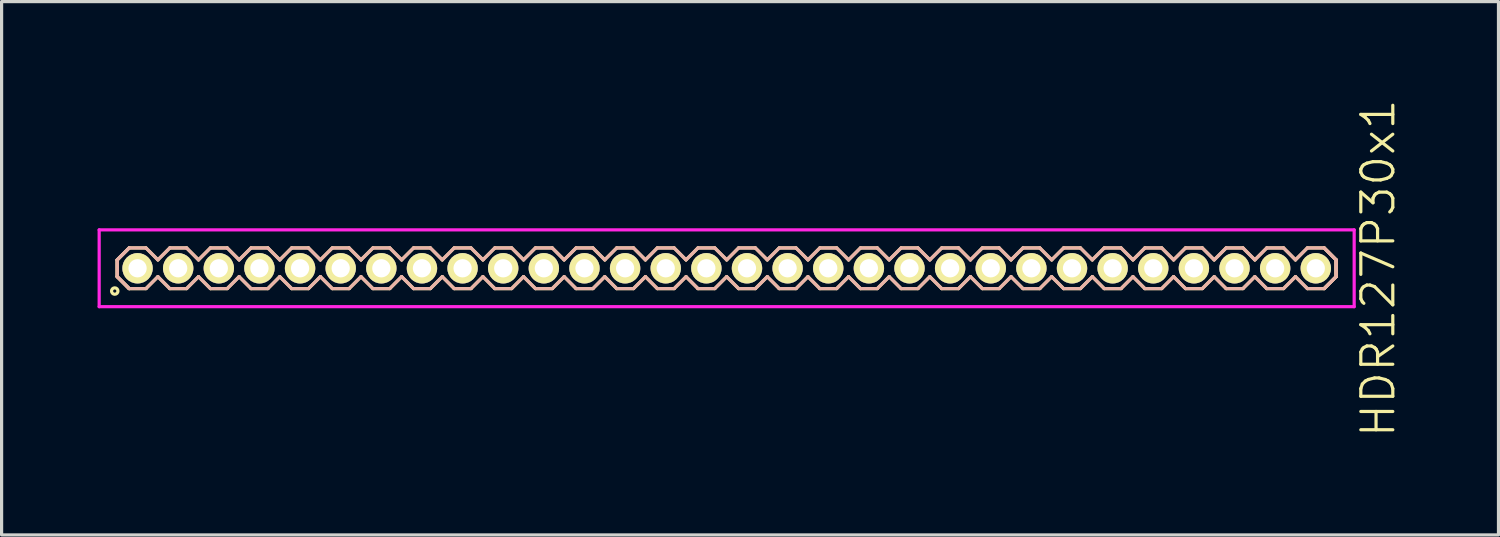
<source format=kicad_pcb>
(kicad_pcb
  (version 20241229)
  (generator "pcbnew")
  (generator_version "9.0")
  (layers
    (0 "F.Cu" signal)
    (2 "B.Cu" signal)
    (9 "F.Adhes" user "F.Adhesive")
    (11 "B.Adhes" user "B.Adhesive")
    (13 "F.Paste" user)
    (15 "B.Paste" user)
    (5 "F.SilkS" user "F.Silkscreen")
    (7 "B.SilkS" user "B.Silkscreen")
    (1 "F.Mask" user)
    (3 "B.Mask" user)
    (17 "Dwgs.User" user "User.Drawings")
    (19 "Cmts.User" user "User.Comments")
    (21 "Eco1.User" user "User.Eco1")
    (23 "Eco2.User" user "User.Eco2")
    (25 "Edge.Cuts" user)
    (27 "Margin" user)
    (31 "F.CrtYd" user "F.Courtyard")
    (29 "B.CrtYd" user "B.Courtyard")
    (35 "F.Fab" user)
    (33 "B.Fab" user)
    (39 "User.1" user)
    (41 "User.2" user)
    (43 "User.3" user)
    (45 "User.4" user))
  (footprint "HDR127P30x1"
    (layer "F.Cu")
    (at 19.665 5.336)
    (property "Reference" "HDR127P30x1" (at 20.365 0 90) (layer "F.SilkS") (effects (font (size 1 1) (thickness 0.1))))
    (attr through_hole)
    (fp_line (start -19.05 -0.263) (end -18.678 -0.635) (stroke (width 0.1) (type solid)) (layer "F.SilkS"))
    (fp_line (start -19.05 -0.263) (end -18.678 -0.635) (stroke (width 0.1) (type solid)) (layer "F.SilkS"))
    (fp_line (start -19.05 0.263) (end -19.05 -0.263) (stroke (width 0.1) (type solid)) (layer "F.SilkS"))
    (fp_line (start -19.05 0.263) (end -19.05 -0.263) (stroke (width 0.1) (type solid)) (layer "F.SilkS"))
    (fp_line (start -18.678 -0.635) (end -18.152 -0.635) (stroke (width 0.1) (type solid)) (layer "F.SilkS"))
    (fp_line (start -18.678 0.635) (end -19.05 0.263) (stroke (width 0.1) (type solid)) (layer "F.SilkS"))
    (fp_line (start -18.678 0.635) (end -19.05 0.263) (stroke (width 0.1) (type solid)) (layer "F.SilkS"))
    (fp_line (start -18.152 -0.635) (end -17.78 -0.263) (stroke (width 0.1) (type solid)) (layer "F.SilkS"))
    (fp_line (start -18.152 0.635) (end -18.678 0.635) (stroke (width 0.1) (type solid)) (layer "F.SilkS"))
    (fp_line (start -17.78 -0.263) (end -17.408 -0.635) (stroke (width 0.1) (type solid)) (layer "F.SilkS"))
    (fp_line (start -17.78 0.263) (end -18.152 0.635) (stroke (width 0.1) (type solid)) (layer "F.SilkS"))
    (fp_line (start -17.408 -0.635) (end -16.882 -0.635) (stroke (width 0.1) (type solid)) (layer "F.SilkS"))
    (fp_line (start -17.408 0.635) (end -17.78 0.263) (stroke (width 0.1) (type solid)) (layer "F.SilkS"))
    (fp_line (start -16.882 -0.635) (end -16.51 -0.263) (stroke (width 0.1) (type solid)) (layer "F.SilkS"))
    (fp_line (start -16.882 0.635) (end -17.408 0.635) (stroke (width 0.1) (type solid)) (layer "F.SilkS"))
    (fp_line (start -16.51 -0.263) (end -16.138 -0.635) (stroke (width 0.1) (type solid)) (layer "F.SilkS"))
    (fp_line (start -16.51 0.263) (end -16.882 0.635) (stroke (width 0.1) (type solid)) (layer "F.SilkS"))
    (fp_line (start -16.138 -0.635) (end -15.612 -0.635) (stroke (width 0.1) (type solid)) (layer "F.SilkS"))
    (fp_line (start -16.138 0.635) (end -16.51 0.263) (stroke (width 0.1) (type solid)) (layer "F.SilkS"))
    (fp_line (start -15.612 -0.635) (end -15.24 -0.263) (stroke (width 0.1) (type solid)) (layer "F.SilkS"))
    (fp_line (start -15.612 0.635) (end -16.138 0.635) (stroke (width 0.1) (type solid)) (layer "F.SilkS"))
    (fp_line (start -15.24 -0.263) (end -14.868 -0.635) (stroke (width 0.1) (type solid)) (layer "F.SilkS"))
    (fp_line (start -15.24 0.263) (end -15.612 0.635) (stroke (width 0.1) (type solid)) (layer "F.SilkS"))
    (fp_line (start -14.868 -0.635) (end -14.342 -0.635) (stroke (width 0.1) (type solid)) (layer "F.SilkS"))
    (fp_line (start -14.868 0.635) (end -15.24 0.263) (stroke (width 0.1) (type solid)) (layer "F.SilkS"))
    (fp_line (start -14.342 -0.635) (end -13.97 -0.263) (stroke (width 0.1) (type solid)) (layer "F.SilkS"))
    (fp_line (start -14.342 0.635) (end -14.868 0.635) (stroke (width 0.1) (type solid)) (layer "F.SilkS"))
    (fp_line (start -13.97 -0.263) (end -13.598 -0.635) (stroke (width 0.1) (type solid)) (layer "F.SilkS"))
    (fp_line (start -13.97 0.263) (end -14.342 0.635) (stroke (width 0.1) (type solid)) (layer "F.SilkS"))
    (fp_line (start -13.598 -0.635) (end -13.072 -0.635) (stroke (width 0.1) (type solid)) (layer "F.SilkS"))
    (fp_line (start -13.598 0.635) (end -13.97 0.263) (stroke (width 0.1) (type solid)) (layer "F.SilkS"))
    (fp_line (start -13.072 -0.635) (end -12.7 -0.263) (stroke (width 0.1) (type solid)) (layer "F.SilkS"))
    (fp_line (start -13.072 0.635) (end -13.598 0.635) (stroke (width 0.1) (type solid)) (layer "F.SilkS"))
    (fp_line (start -12.7 -0.263) (end -12.328 -0.635) (stroke (width 0.1) (type solid)) (layer "F.SilkS"))
    (fp_line (start -12.7 0.263) (end -13.072 0.635) (stroke (width 0.1) (type solid)) (layer "F.SilkS"))
    (fp_line (start -12.328 -0.635) (end -11.802 -0.635) (stroke (width 0.1) (type solid)) (layer "F.SilkS"))
    (fp_line (start -12.328 0.635) (end -12.7 0.263) (stroke (width 0.1) (type solid)) (layer "F.SilkS"))
    (fp_line (start -11.802 -0.635) (end -11.43 -0.263) (stroke (width 0.1) (type solid)) (layer "F.SilkS"))
    (fp_line (start -11.802 0.635) (end -12.328 0.635) (stroke (width 0.1) (type solid)) (layer "F.SilkS"))
    (fp_line (start -11.43 -0.263) (end -11.058 -0.635) (stroke (width 0.1) (type solid)) (layer "F.SilkS"))
    (fp_line (start -11.43 0.263) (end -11.802 0.635) (stroke (width 0.1) (type solid)) (layer "F.SilkS"))
    (fp_line (start -11.058 -0.635) (end -10.532 -0.635) (stroke (width 0.1) (type solid)) (layer "F.SilkS"))
    (fp_line (start -11.058 0.635) (end -11.43 0.263) (stroke (width 0.1) (type solid)) (layer "F.SilkS"))
    (fp_line (start -10.532 -0.635) (end -10.16 -0.263) (stroke (width 0.1) (type solid)) (layer "F.SilkS"))
    (fp_line (start -10.532 0.635) (end -11.058 0.635) (stroke (width 0.1) (type solid)) (layer "F.SilkS"))
    (fp_line (start -10.16 -0.263) (end -9.788 -0.635) (stroke (width 0.1) (type solid)) (layer "F.SilkS"))
    (fp_line (start -10.16 0.263) (end -10.532 0.635) (stroke (width 0.1) (type solid)) (layer "F.SilkS"))
    (fp_line (start -9.788 -0.635) (end -9.262 -0.635) (stroke (width 0.1) (type solid)) (layer "F.SilkS"))
    (fp_line (start -9.788 0.635) (end -10.16 0.263) (stroke (width 0.1) (type solid)) (layer "F.SilkS"))
    (fp_line (start -9.262 -0.635) (end -8.89 -0.263) (stroke (width 0.1) (type solid)) (layer "F.SilkS"))
    (fp_line (start -9.262 0.635) (end -9.788 0.635) (stroke (width 0.1) (type solid)) (layer "F.SilkS"))
    (fp_line (start -8.89 -0.263) (end -8.518 -0.635) (stroke (width 0.1) (type solid)) (layer "F.SilkS"))
    (fp_line (start -8.89 0.263) (end -9.262 0.635) (stroke (width 0.1) (type solid)) (layer "F.SilkS"))
    (fp_line (start -8.518 -0.635) (end -7.992 -0.635) (stroke (width 0.1) (type solid)) (layer "F.SilkS"))
    (fp_line (start -8.518 0.635) (end -8.89 0.263) (stroke (width 0.1) (type solid)) (layer "F.SilkS"))
    (fp_line (start -7.992 -0.635) (end -7.62 -0.263) (stroke (width 0.1) (type solid)) (layer "F.SilkS"))
    (fp_line (start -7.992 0.635) (end -8.518 0.635) (stroke (width 0.1) (type solid)) (layer "F.SilkS"))
    (fp_line (start -7.62 -0.263) (end -7.248 -0.635) (stroke (width 0.1) (type solid)) (layer "F.SilkS"))
    (fp_line (start -7.62 0.263) (end -7.992 0.635) (stroke (width 0.1) (type solid)) (layer "F.SilkS"))
    (fp_line (start -7.248 -0.635) (end -6.722 -0.635) (stroke (width 0.1) (type solid)) (layer "F.SilkS"))
    (fp_line (start -7.248 0.635) (end -7.62 0.263) (stroke (width 0.1) (type solid)) (layer "F.SilkS"))
    (fp_line (start -6.722 -0.635) (end -6.35 -0.263) (stroke (width 0.1) (type solid)) (layer "F.SilkS"))
    (fp_line (start -6.722 0.635) (end -7.248 0.635) (stroke (width 0.1) (type solid)) (layer "F.SilkS"))
    (fp_line (start -6.35 -0.263) (end -5.978 -0.635) (stroke (width 0.1) (type solid)) (layer "F.SilkS"))
    (fp_line (start -6.35 0.263) (end -6.722 0.635) (stroke (width 0.1) (type solid)) (layer "F.SilkS"))
    (fp_line (start -5.978 -0.635) (end -5.452 -0.635) (stroke (width 0.1) (type solid)) (layer "F.SilkS"))
    (fp_line (start -5.978 0.635) (end -6.35 0.263) (stroke (width 0.1) (type solid)) (layer "F.SilkS"))
    (fp_line (start -5.452 -0.635) (end -5.08 -0.263) (stroke (width 0.1) (type solid)) (layer "F.SilkS"))
    (fp_line (start -5.452 0.635) (end -5.978 0.635) (stroke (width 0.1) (type solid)) (layer "F.SilkS"))
    (fp_line (start -5.08 -0.263) (end -4.708 -0.635) (stroke (width 0.1) (type solid)) (layer "F.SilkS"))
    (fp_line (start -5.08 0.263) (end -5.452 0.635) (stroke (width 0.1) (type solid)) (layer "F.SilkS"))
    (fp_line (start -4.708 -0.635) (end -4.182 -0.635) (stroke (width 0.1) (type solid)) (layer "F.SilkS"))
    (fp_line (start -4.708 0.635) (end -5.08 0.263) (stroke (width 0.1) (type solid)) (layer "F.SilkS"))
    (fp_line (start -4.182 -0.635) (end -3.81 -0.263) (stroke (width 0.1) (type solid)) (layer "F.SilkS"))
    (fp_line (start -4.182 0.635) (end -4.708 0.635) (stroke (width 0.1) (type solid)) (layer "F.SilkS"))
    (fp_line (start -3.81 -0.263) (end -3.438 -0.635) (stroke (width 0.1) (type solid)) (layer "F.SilkS"))
    (fp_line (start -3.81 0.263) (end -4.182 0.635) (stroke (width 0.1) (type solid)) (layer "F.SilkS"))
    (fp_line (start -3.438 -0.635) (end -2.912 -0.635) (stroke (width 0.1) (type solid)) (layer "F.SilkS"))
    (fp_line (start -3.438 0.635) (end -3.81 0.263) (stroke (width 0.1) (type solid)) (layer "F.SilkS"))
    (fp_line (start -2.912 -0.635) (end -2.54 -0.263) (stroke (width 0.1) (type solid)) (layer "F.SilkS"))
    (fp_line (start -2.912 0.635) (end -3.438 0.635) (stroke (width 0.1) (type solid)) (layer "F.SilkS"))
    (fp_line (start -2.54 -0.263) (end -2.168 -0.635) (stroke (width 0.1) (type solid)) (layer "F.SilkS"))
    (fp_line (start -2.54 0.263) (end -2.912 0.635) (stroke (width 0.1) (type solid)) (layer "F.SilkS"))
    (fp_line (start -2.168 -0.635) (end -1.642 -0.635) (stroke (width 0.1) (type solid)) (layer "F.SilkS"))
    (fp_line (start -2.168 0.635) (end -2.54 0.263) (stroke (width 0.1) (type solid)) (layer "F.SilkS"))
    (fp_line (start -1.642 -0.635) (end -1.27 -0.263) (stroke (width 0.1) (type solid)) (layer "F.SilkS"))
    (fp_line (start -1.642 0.635) (end -2.168 0.635) (stroke (width 0.1) (type solid)) (layer "F.SilkS"))
    (fp_line (start -1.27 -0.263) (end -0.898 -0.635) (stroke (width 0.1) (type solid)) (layer "F.SilkS"))
    (fp_line (start -1.27 0.263) (end -1.642 0.635) (stroke (width 0.1) (type solid)) (layer "F.SilkS"))
    (fp_line (start -0.898 -0.635) (end -0.372 -0.635) (stroke (width 0.1) (type solid)) (layer "F.SilkS"))
    (fp_line (start -0.898 0.635) (end -1.27 0.263) (stroke (width 0.1) (type solid)) (layer "F.SilkS"))
    (fp_line (start -0.372 -0.635) (end 0 -0.263) (stroke (width 0.1) (type solid)) (layer "F.SilkS"))
    (fp_line (start -0.372 0.635) (end -0.898 0.635) (stroke (width 0.1) (type solid)) (layer "F.SilkS"))
    (fp_line (start 0 -0.263) (end 0.372 -0.635) (stroke (width 0.1) (type solid)) (layer "F.SilkS"))
    (fp_line (start 0 0.263) (end -0.372 0.635) (stroke (width 0.1) (type solid)) (layer "F.SilkS"))
    (fp_line (start 0.372 -0.635) (end 0.898 -0.635) (stroke (width 0.1) (type solid)) (layer "F.SilkS"))
    (fp_line (start 0.372 0.635) (end 0 0.263) (stroke (width 0.1) (type solid)) (layer "F.SilkS"))
    (fp_line (start 0.898 -0.635) (end 1.27 -0.263) (stroke (width 0.1) (type solid)) (layer "F.SilkS"))
    (fp_line (start 0.898 0.635) (end 0.372 0.635) (stroke (width 0.1) (type solid)) (layer "F.SilkS"))
    (fp_line (start 1.27 -0.263) (end 1.642 -0.635) (stroke (width 0.1) (type solid)) (layer "F.SilkS"))
    (fp_line (start 1.27 0.263) (end 0.898 0.635) (stroke (width 0.1) (type solid)) (layer "F.SilkS"))
    (fp_line (start 1.642 -0.635) (end 2.168 -0.635) (stroke (width 0.1) (type solid)) (layer "F.SilkS"))
    (fp_line (start 1.642 0.635) (end 1.27 0.263) (stroke (width 0.1) (type solid)) (layer "F.SilkS"))
    (fp_line (start 2.168 -0.635) (end 2.54 -0.263) (stroke (width 0.1) (type solid)) (layer "F.SilkS"))
    (fp_line (start 2.168 0.635) (end 1.642 0.635) (stroke (width 0.1) (type solid)) (layer "F.SilkS"))
    (fp_line (start 2.54 -0.263) (end 2.912 -0.635) (stroke (width 0.1) (type solid)) (layer "F.SilkS"))
    (fp_line (start 2.54 0.263) (end 2.168 0.635) (stroke (width 0.1) (type solid)) (layer "F.SilkS"))
    (fp_line (start 2.912 -0.635) (end 3.438 -0.635) (stroke (width 0.1) (type solid)) (layer "F.SilkS"))
    (fp_line (start 2.912 0.635) (end 2.54 0.263) (stroke (width 0.1) (type solid)) (layer "F.SilkS"))
    (fp_line (start 3.438 -0.635) (end 3.81 -0.263) (stroke (width 0.1) (type solid)) (layer "F.SilkS"))
    (fp_line (start 3.438 0.635) (end 2.912 0.635) (stroke (width 0.1) (type solid)) (layer "F.SilkS"))
    (fp_line (start 3.81 -0.263) (end 4.182 -0.635) (stroke (width 0.1) (type solid)) (layer "F.SilkS"))
    (fp_line (start 3.81 0.263) (end 3.438 0.635) (stroke (width 0.1) (type solid)) (layer "F.SilkS"))
    (fp_line (start 4.182 -0.635) (end 4.708 -0.635) (stroke (width 0.1) (type solid)) (layer "F.SilkS"))
    (fp_line (start 4.182 0.635) (end 3.81 0.263) (stroke (width 0.1) (type solid)) (layer "F.SilkS"))
    (fp_line (start 4.708 -0.635) (end 5.08 -0.263) (stroke (width 0.1) (type solid)) (layer "F.SilkS"))
    (fp_line (start 4.708 0.635) (end 4.182 0.635) (stroke (width 0.1) (type solid)) (layer "F.SilkS"))
    (fp_line (start 5.08 -0.263) (end 5.452 -0.635) (stroke (width 0.1) (type solid)) (layer "F.SilkS"))
    (fp_line (start 5.08 0.263) (end 4.708 0.635) (stroke (width 0.1) (type solid)) (layer "F.SilkS"))
    (fp_line (start 5.452 -0.635) (end 5.978 -0.635) (stroke (width 0.1) (type solid)) (layer "F.SilkS"))
    (fp_line (start 5.452 0.635) (end 5.08 0.263) (stroke (width 0.1) (type solid)) (layer "F.SilkS"))
    (fp_line (start 5.978 -0.635) (end 6.35 -0.263) (stroke (width 0.1) (type solid)) (layer "F.SilkS"))
    (fp_line (start 5.978 0.635) (end 5.452 0.635) (stroke (width 0.1) (type solid)) (layer "F.SilkS"))
    (fp_line (start 6.35 -0.263) (end 6.722 -0.635) (stroke (width 0.1) (type solid)) (layer "F.SilkS"))
    (fp_line (start 6.35 0.263) (end 5.978 0.635) (stroke (width 0.1) (type solid)) (layer "F.SilkS"))
    (fp_line (start 6.722 -0.635) (end 7.248 -0.635) (stroke (width 0.1) (type solid)) (layer "F.SilkS"))
    (fp_line (start 6.722 0.635) (end 6.35 0.263) (stroke (width 0.1) (type solid)) (layer "F.SilkS"))
    (fp_line (start 7.248 -0.635) (end 7.62 -0.263) (stroke (width 0.1) (type solid)) (layer "F.SilkS"))
    (fp_line (start 7.248 0.635) (end 6.722 0.635) (stroke (width 0.1) (type solid)) (layer "F.SilkS"))
    (fp_line (start 7.62 -0.263) (end 7.992 -0.635) (stroke (width 0.1) (type solid)) (layer "F.SilkS"))
    (fp_line (start 7.62 0.263) (end 7.248 0.635) (stroke (width 0.1) (type solid)) (layer "F.SilkS"))
    (fp_line (start 7.992 -0.635) (end 8.518 -0.635) (stroke (width 0.1) (type solid)) (layer "F.SilkS"))
    (fp_line (start 7.992 0.635) (end 7.62 0.263) (stroke (width 0.1) (type solid)) (layer "F.SilkS"))
    (fp_line (start 8.518 -0.635) (end 8.89 -0.263) (stroke (width 0.1) (type solid)) (layer "F.SilkS"))
    (fp_line (start 8.518 0.635) (end 7.992 0.635) (stroke (width 0.1) (type solid)) (layer "F.SilkS"))
    (fp_line (start 8.89 -0.263) (end 9.262 -0.635) (stroke (width 0.1) (type solid)) (layer "F.SilkS"))
    (fp_line (start 8.89 0.263) (end 8.518 0.635) (stroke (width 0.1) (type solid)) (layer "F.SilkS"))
    (fp_line (start 9.262 -0.635) (end 9.788 -0.635) (stroke (width 0.1) (type solid)) (layer "F.SilkS"))
    (fp_line (start 9.262 0.635) (end 8.89 0.263) (stroke (width 0.1) (type solid)) (layer "F.SilkS"))
    (fp_line (start 9.788 -0.635) (end 10.16 -0.263) (stroke (width 0.1) (type solid)) (layer "F.SilkS"))
    (fp_line (start 9.788 0.635) (end 9.262 0.635) (stroke (width 0.1) (type solid)) (layer "F.SilkS"))
    (fp_line (start 10.16 -0.263) (end 10.532 -0.635) (stroke (width 0.1) (type solid)) (layer "F.SilkS"))
    (fp_line (start 10.16 0.263) (end 9.788 0.635) (stroke (width 0.1) (type solid)) (layer "F.SilkS"))
    (fp_line (start 10.532 -0.635) (end 11.058 -0.635) (stroke (width 0.1) (type solid)) (layer "F.SilkS"))
    (fp_line (start 10.532 0.635) (end 10.16 0.263) (stroke (width 0.1) (type solid)) (layer "F.SilkS"))
    (fp_line (start 11.058 -0.635) (end 11.43 -0.263) (stroke (width 0.1) (type solid)) (layer "F.SilkS"))
    (fp_line (start 11.058 0.635) (end 10.532 0.635) (stroke (width 0.1) (type solid)) (layer "F.SilkS"))
    (fp_line (start 11.43 -0.263) (end 11.802 -0.635) (stroke (width 0.1) (type solid)) (layer "F.SilkS"))
    (fp_line (start 11.43 0.263) (end 11.058 0.635) (stroke (width 0.1) (type solid)) (layer "F.SilkS"))
    (fp_line (start 11.802 -0.635) (end 12.328 -0.635) (stroke (width 0.1) (type solid)) (layer "F.SilkS"))
    (fp_line (start 11.802 0.635) (end 11.43 0.263) (stroke (width 0.1) (type solid)) (layer "F.SilkS"))
    (fp_line (start 12.328 -0.635) (end 12.7 -0.263) (stroke (width 0.1) (type solid)) (layer "F.SilkS"))
    (fp_line (start 12.328 0.635) (end 11.802 0.635) (stroke (width 0.1) (type solid)) (layer "F.SilkS"))
    (fp_line (start 12.7 -0.263) (end 13.072 -0.635) (stroke (width 0.1) (type solid)) (layer "F.SilkS"))
    (fp_line (start 12.7 0.263) (end 12.328 0.635) (stroke (width 0.1) (type solid)) (layer "F.SilkS"))
    (fp_line (start 13.072 -0.635) (end 13.598 -0.635) (stroke (width 0.1) (type solid)) (layer "F.SilkS"))
    (fp_line (start 13.072 0.635) (end 12.7 0.263) (stroke (width 0.1) (type solid)) (layer "F.SilkS"))
    (fp_line (start 13.598 -0.635) (end 13.97 -0.263) (stroke (width 0.1) (type solid)) (layer "F.SilkS"))
    (fp_line (start 13.598 0.635) (end 13.072 0.635) (stroke (width 0.1) (type solid)) (layer "F.SilkS"))
    (fp_line (start 13.97 -0.263) (end 14.342 -0.635) (stroke (width 0.1) (type solid)) (layer "F.SilkS"))
    (fp_line (start 13.97 0.263) (end 13.598 0.635) (stroke (width 0.1) (type solid)) (layer "F.SilkS"))
    (fp_line (start 14.342 -0.635) (end 14.868 -0.635) (stroke (width 0.1) (type solid)) (layer "F.SilkS"))
    (fp_line (start 14.342 0.635) (end 13.97 0.263) (stroke (width 0.1) (type solid)) (layer "F.SilkS"))
    (fp_line (start 14.868 -0.635) (end 15.24 -0.263) (stroke (width 0.1) (type solid)) (layer "F.SilkS"))
    (fp_line (start 14.868 0.635) (end 14.342 0.635) (stroke (width 0.1) (type solid)) (layer "F.SilkS"))
    (fp_line (start 15.24 -0.263) (end 15.612 -0.635) (stroke (width 0.1) (type solid)) (layer "F.SilkS"))
    (fp_line (start 15.24 0.263) (end 14.868 0.635) (stroke (width 0.1) (type solid)) (layer "F.SilkS"))
    (fp_line (start 15.612 -0.635) (end 16.138 -0.635) (stroke (width 0.1) (type solid)) (layer "F.SilkS"))
    (fp_line (start 15.612 0.635) (end 15.24 0.263) (stroke (width 0.1) (type solid)) (layer "F.SilkS"))
    (fp_line (start 16.138 -0.635) (end 16.51 -0.263) (stroke (width 0.1) (type solid)) (layer "F.SilkS"))
    (fp_line (start 16.138 0.635) (end 15.612 0.635) (stroke (width 0.1) (type solid)) (layer "F.SilkS"))
    (fp_line (start 16.51 -0.263) (end 16.882 -0.635) (stroke (width 0.1) (type solid)) (layer "F.SilkS"))
    (fp_line (start 16.51 0.263) (end 16.138 0.635) (stroke (width 0.1) (type solid)) (layer "F.SilkS"))
    (fp_line (start 16.882 -0.635) (end 17.408 -0.635) (stroke (width 0.1) (type solid)) (layer "F.SilkS"))
    (fp_line (start 16.882 0.635) (end 16.51 0.263) (stroke (width 0.1) (type solid)) (layer "F.SilkS"))
    (fp_line (start 17.408 -0.635) (end 17.78 -0.263) (stroke (width 0.1) (type solid)) (layer "F.SilkS"))
    (fp_line (start 17.408 0.635) (end 16.882 0.635) (stroke (width 0.1) (type solid)) (layer "F.SilkS"))
    (fp_line (start 17.78 -0.263) (end 18.152 -0.635) (stroke (width 0.1) (type solid)) (layer "F.SilkS"))
    (fp_line (start 17.78 0.263) (end 17.408 0.635) (stroke (width 0.1) (type solid)) (layer "F.SilkS"))
    (fp_line (start 18.152 -0.635) (end 18.678 -0.635) (stroke (width 0.1) (type solid)) (layer "F.SilkS"))
    (fp_line (start 18.152 0.635) (end 17.78 0.263) (stroke (width 0.1) (type solid)) (layer "F.SilkS"))
    (fp_line (start 18.678 -0.635) (end 19.05 -0.263) (stroke (width 0.1) (type solid)) (layer "F.SilkS"))
    (fp_line (start 18.678 -0.635) (end 19.05 -0.263) (stroke (width 0.1) (type solid)) (layer "F.SilkS"))
    (fp_line (start 18.678 0.635) (end 18.152 0.635) (stroke (width 0.1) (type solid)) (layer "F.SilkS"))
    (fp_line (start 19.05 -0.263) (end 19.05 0.263) (stroke (width 0.1) (type solid)) (layer "F.SilkS"))
    (fp_line (start 19.05 -0.263) (end 19.05 0.263) (stroke (width 0.1) (type solid)) (layer "F.SilkS"))
    (fp_line (start 19.05 0.263) (end 18.678 0.635) (stroke (width 0.1) (type solid)) (layer "F.SilkS"))
    (fp_line (start 19.05 0.263) (end 18.678 0.635) (stroke (width 0.1) (type solid)) (layer "F.SilkS"))
    (fp_circle (center -19.128 0.712) (end -19.028 0.712) (stroke (width 0.1) (type solid)) (fill no) (layer "F.SilkS"))
    (fp_line (start -19.05 -0.263) (end -18.678 -0.635) (stroke (width 0.1) (type solid)) (layer "B.SilkS"))
    (fp_line (start -19.05 -0.263) (end -18.678 -0.635) (stroke (width 0.1) (type solid)) (layer "B.SilkS"))
    (fp_line (start -19.05 0.263) (end -19.05 -0.263) (stroke (width 0.1) (type solid)) (layer "B.SilkS"))
    (fp_line (start -19.05 0.263) (end -19.05 -0.263) (stroke (width 0.1) (type solid)) (layer "B.SilkS"))
    (fp_line (start -18.678 -0.635) (end -18.152 -0.635) (stroke (width 0.1) (type solid)) (layer "B.SilkS"))
    (fp_line (start -18.678 0.635) (end -19.05 0.263) (stroke (width 0.1) (type solid)) (layer "B.SilkS"))
    (fp_line (start -18.678 0.635) (end -19.05 0.263) (stroke (width 0.1) (type solid)) (layer "B.SilkS"))
    (fp_line (start -18.152 -0.635) (end -17.78 -0.263) (stroke (width 0.1) (type solid)) (layer "B.SilkS"))
    (fp_line (start -18.152 0.635) (end -18.678 0.635) (stroke (width 0.1) (type solid)) (layer "B.SilkS"))
    (fp_line (start -17.78 -0.263) (end -17.408 -0.635) (stroke (width 0.1) (type solid)) (layer "B.SilkS"))
    (fp_line (start -17.78 0.263) (end -18.152 0.635) (stroke (width 0.1) (type solid)) (layer "B.SilkS"))
    (fp_line (start -17.408 -0.635) (end -16.882 -0.635) (stroke (width 0.1) (type solid)) (layer "B.SilkS"))
    (fp_line (start -17.408 0.635) (end -17.78 0.263) (stroke (width 0.1) (type solid)) (layer "B.SilkS"))
    (fp_line (start -16.882 -0.635) (end -16.51 -0.263) (stroke (width 0.1) (type solid)) (layer "B.SilkS"))
    (fp_line (start -16.882 0.635) (end -17.408 0.635) (stroke (width 0.1) (type solid)) (layer "B.SilkS"))
    (fp_line (start -16.51 -0.263) (end -16.138 -0.635) (stroke (width 0.1) (type solid)) (layer "B.SilkS"))
    (fp_line (start -16.51 0.263) (end -16.882 0.635) (stroke (width 0.1) (type solid)) (layer "B.SilkS"))
    (fp_line (start -16.138 -0.635) (end -15.612 -0.635) (stroke (width 0.1) (type solid)) (layer "B.SilkS"))
    (fp_line (start -16.138 0.635) (end -16.51 0.263) (stroke (width 0.1) (type solid)) (layer "B.SilkS"))
    (fp_line (start -15.612 -0.635) (end -15.24 -0.263) (stroke (width 0.1) (type solid)) (layer "B.SilkS"))
    (fp_line (start -15.612 0.635) (end -16.138 0.635) (stroke (width 0.1) (type solid)) (layer "B.SilkS"))
    (fp_line (start -15.24 -0.263) (end -14.868 -0.635) (stroke (width 0.1) (type solid)) (layer "B.SilkS"))
    (fp_line (start -15.24 0.263) (end -15.612 0.635) (stroke (width 0.1) (type solid)) (layer "B.SilkS"))
    (fp_line (start -14.868 -0.635) (end -14.342 -0.635) (stroke (width 0.1) (type solid)) (layer "B.SilkS"))
    (fp_line (start -14.868 0.635) (end -15.24 0.263) (stroke (width 0.1) (type solid)) (layer "B.SilkS"))
    (fp_line (start -14.342 -0.635) (end -13.97 -0.263) (stroke (width 0.1) (type solid)) (layer "B.SilkS"))
    (fp_line (start -14.342 0.635) (end -14.868 0.635) (stroke (width 0.1) (type solid)) (layer "B.SilkS"))
    (fp_line (start -13.97 -0.263) (end -13.598 -0.635) (stroke (width 0.1) (type solid)) (layer "B.SilkS"))
    (fp_line (start -13.97 0.263) (end -14.342 0.635) (stroke (width 0.1) (type solid)) (layer "B.SilkS"))
    (fp_line (start -13.598 -0.635) (end -13.072 -0.635) (stroke (width 0.1) (type solid)) (layer "B.SilkS"))
    (fp_line (start -13.598 0.635) (end -13.97 0.263) (stroke (width 0.1) (type solid)) (layer "B.SilkS"))
    (fp_line (start -13.072 -0.635) (end -12.7 -0.263) (stroke (width 0.1) (type solid)) (layer "B.SilkS"))
    (fp_line (start -13.072 0.635) (end -13.598 0.635) (stroke (width 0.1) (type solid)) (layer "B.SilkS"))
    (fp_line (start -12.7 -0.263) (end -12.328 -0.635) (stroke (width 0.1) (type solid)) (layer "B.SilkS"))
    (fp_line (start -12.7 0.263) (end -13.072 0.635) (stroke (width 0.1) (type solid)) (layer "B.SilkS"))
    (fp_line (start -12.328 -0.635) (end -11.802 -0.635) (stroke (width 0.1) (type solid)) (layer "B.SilkS"))
    (fp_line (start -12.328 0.635) (end -12.7 0.263) (stroke (width 0.1) (type solid)) (layer "B.SilkS"))
    (fp_line (start -11.802 -0.635) (end -11.43 -0.263) (stroke (width 0.1) (type solid)) (layer "B.SilkS"))
    (fp_line (start -11.802 0.635) (end -12.328 0.635) (stroke (width 0.1) (type solid)) (layer "B.SilkS"))
    (fp_line (start -11.43 -0.263) (end -11.058 -0.635) (stroke (width 0.1) (type solid)) (layer "B.SilkS"))
    (fp_line (start -11.43 0.263) (end -11.802 0.635) (stroke (width 0.1) (type solid)) (layer "B.SilkS"))
    (fp_line (start -11.058 -0.635) (end -10.532 -0.635) (stroke (width 0.1) (type solid)) (layer "B.SilkS"))
    (fp_line (start -11.058 0.635) (end -11.43 0.263) (stroke (width 0.1) (type solid)) (layer "B.SilkS"))
    (fp_line (start -10.532 -0.635) (end -10.16 -0.263) (stroke (width 0.1) (type solid)) (layer "B.SilkS"))
    (fp_line (start -10.532 0.635) (end -11.058 0.635) (stroke (width 0.1) (type solid)) (layer "B.SilkS"))
    (fp_line (start -10.16 -0.263) (end -9.788 -0.635) (stroke (width 0.1) (type solid)) (layer "B.SilkS"))
    (fp_line (start -10.16 0.263) (end -10.532 0.635) (stroke (width 0.1) (type solid)) (layer "B.SilkS"))
    (fp_line (start -9.788 -0.635) (end -9.262 -0.635) (stroke (width 0.1) (type solid)) (layer "B.SilkS"))
    (fp_line (start -9.788 0.635) (end -10.16 0.263) (stroke (width 0.1) (type solid)) (layer "B.SilkS"))
    (fp_line (start -9.262 -0.635) (end -8.89 -0.263) (stroke (width 0.1) (type solid)) (layer "B.SilkS"))
    (fp_line (start -9.262 0.635) (end -9.788 0.635) (stroke (width 0.1) (type solid)) (layer "B.SilkS"))
    (fp_line (start -8.89 -0.263) (end -8.518 -0.635) (stroke (width 0.1) (type solid)) (layer "B.SilkS"))
    (fp_line (start -8.89 0.263) (end -9.262 0.635) (stroke (width 0.1) (type solid)) (layer "B.SilkS"))
    (fp_line (start -8.518 -0.635) (end -7.992 -0.635) (stroke (width 0.1) (type solid)) (layer "B.SilkS"))
    (fp_line (start -8.518 0.635) (end -8.89 0.263) (stroke (width 0.1) (type solid)) (layer "B.SilkS"))
    (fp_line (start -7.992 -0.635) (end -7.62 -0.263) (stroke (width 0.1) (type solid)) (layer "B.SilkS"))
    (fp_line (start -7.992 0.635) (end -8.518 0.635) (stroke (width 0.1) (type solid)) (layer "B.SilkS"))
    (fp_line (start -7.62 -0.263) (end -7.248 -0.635) (stroke (width 0.1) (type solid)) (layer "B.SilkS"))
    (fp_line (start -7.62 0.263) (end -7.992 0.635) (stroke (width 0.1) (type solid)) (layer "B.SilkS"))
    (fp_line (start -7.248 -0.635) (end -6.722 -0.635) (stroke (width 0.1) (type solid)) (layer "B.SilkS"))
    (fp_line (start -7.248 0.635) (end -7.62 0.263) (stroke (width 0.1) (type solid)) (layer "B.SilkS"))
    (fp_line (start -6.722 -0.635) (end -6.35 -0.263) (stroke (width 0.1) (type solid)) (layer "B.SilkS"))
    (fp_line (start -6.722 0.635) (end -7.248 0.635) (stroke (width 0.1) (type solid)) (layer "B.SilkS"))
    (fp_line (start -6.35 -0.263) (end -5.978 -0.635) (stroke (width 0.1) (type solid)) (layer "B.SilkS"))
    (fp_line (start -6.35 0.263) (end -6.722 0.635) (stroke (width 0.1) (type solid)) (layer "B.SilkS"))
    (fp_line (start -5.978 -0.635) (end -5.452 -0.635) (stroke (width 0.1) (type solid)) (layer "B.SilkS"))
    (fp_line (start -5.978 0.635) (end -6.35 0.263) (stroke (width 0.1) (type solid)) (layer "B.SilkS"))
    (fp_line (start -5.452 -0.635) (end -5.08 -0.263) (stroke (width 0.1) (type solid)) (layer "B.SilkS"))
    (fp_line (start -5.452 0.635) (end -5.978 0.635) (stroke (width 0.1) (type solid)) (layer "B.SilkS"))
    (fp_line (start -5.08 -0.263) (end -4.708 -0.635) (stroke (width 0.1) (type solid)) (layer "B.SilkS"))
    (fp_line (start -5.08 0.263) (end -5.452 0.635) (stroke (width 0.1) (type solid)) (layer "B.SilkS"))
    (fp_line (start -4.708 -0.635) (end -4.182 -0.635) (stroke (width 0.1) (type solid)) (layer "B.SilkS"))
    (fp_line (start -4.708 0.635) (end -5.08 0.263) (stroke (width 0.1) (type solid)) (layer "B.SilkS"))
    (fp_line (start -4.182 -0.635) (end -3.81 -0.263) (stroke (width 0.1) (type solid)) (layer "B.SilkS"))
    (fp_line (start -4.182 0.635) (end -4.708 0.635) (stroke (width 0.1) (type solid)) (layer "B.SilkS"))
    (fp_line (start -3.81 -0.263) (end -3.438 -0.635) (stroke (width 0.1) (type solid)) (layer "B.SilkS"))
    (fp_line (start -3.81 0.263) (end -4.182 0.635) (stroke (width 0.1) (type solid)) (layer "B.SilkS"))
    (fp_line (start -3.438 -0.635) (end -2.912 -0.635) (stroke (width 0.1) (type solid)) (layer "B.SilkS"))
    (fp_line (start -3.438 0.635) (end -3.81 0.263) (stroke (width 0.1) (type solid)) (layer "B.SilkS"))
    (fp_line (start -2.912 -0.635) (end -2.54 -0.263) (stroke (width 0.1) (type solid)) (layer "B.SilkS"))
    (fp_line (start -2.912 0.635) (end -3.438 0.635) (stroke (width 0.1) (type solid)) (layer "B.SilkS"))
    (fp_line (start -2.54 -0.263) (end -2.168 -0.635) (stroke (width 0.1) (type solid)) (layer "B.SilkS"))
    (fp_line (start -2.54 0.263) (end -2.912 0.635) (stroke (width 0.1) (type solid)) (layer "B.SilkS"))
    (fp_line (start -2.168 -0.635) (end -1.642 -0.635) (stroke (width 0.1) (type solid)) (layer "B.SilkS"))
    (fp_line (start -2.168 0.635) (end -2.54 0.263) (stroke (width 0.1) (type solid)) (layer "B.SilkS"))
    (fp_line (start -1.642 -0.635) (end -1.27 -0.263) (stroke (width 0.1) (type solid)) (layer "B.SilkS"))
    (fp_line (start -1.642 0.635) (end -2.168 0.635) (stroke (width 0.1) (type solid)) (layer "B.SilkS"))
    (fp_line (start -1.27 -0.263) (end -0.898 -0.635) (stroke (width 0.1) (type solid)) (layer "B.SilkS"))
    (fp_line (start -1.27 0.263) (end -1.642 0.635) (stroke (width 0.1) (type solid)) (layer "B.SilkS"))
    (fp_line (start -0.898 -0.635) (end -0.372 -0.635) (stroke (width 0.1) (type solid)) (layer "B.SilkS"))
    (fp_line (start -0.898 0.635) (end -1.27 0.263) (stroke (width 0.1) (type solid)) (layer "B.SilkS"))
    (fp_line (start -0.372 -0.635) (end 0 -0.263) (stroke (width 0.1) (type solid)) (layer "B.SilkS"))
    (fp_line (start -0.372 0.635) (end -0.898 0.635) (stroke (width 0.1) (type solid)) (layer "B.SilkS"))
    (fp_line (start 0 -0.263) (end 0.372 -0.635) (stroke (width 0.1) (type solid)) (layer "B.SilkS"))
    (fp_line (start 0 0.263) (end -0.372 0.635) (stroke (width 0.1) (type solid)) (layer "B.SilkS"))
    (fp_line (start 0.372 -0.635) (end 0.898 -0.635) (stroke (width 0.1) (type solid)) (layer "B.SilkS"))
    (fp_line (start 0.372 0.635) (end 0 0.263) (stroke (width 0.1) (type solid)) (layer "B.SilkS"))
    (fp_line (start 0.898 -0.635) (end 1.27 -0.263) (stroke (width 0.1) (type solid)) (layer "B.SilkS"))
    (fp_line (start 0.898 0.635) (end 0.372 0.635) (stroke (width 0.1) (type solid)) (layer "B.SilkS"))
    (fp_line (start 1.27 -0.263) (end 1.642 -0.635) (stroke (width 0.1) (type solid)) (layer "B.SilkS"))
    (fp_line (start 1.27 0.263) (end 0.898 0.635) (stroke (width 0.1) (type solid)) (layer "B.SilkS"))
    (fp_line (start 1.642 -0.635) (end 2.168 -0.635) (stroke (width 0.1) (type solid)) (layer "B.SilkS"))
    (fp_line (start 1.642 0.635) (end 1.27 0.263) (stroke (width 0.1) (type solid)) (layer "B.SilkS"))
    (fp_line (start 2.168 -0.635) (end 2.54 -0.263) (stroke (width 0.1) (type solid)) (layer "B.SilkS"))
    (fp_line (start 2.168 0.635) (end 1.642 0.635) (stroke (width 0.1) (type solid)) (layer "B.SilkS"))
    (fp_line (start 2.54 -0.263) (end 2.912 -0.635) (stroke (width 0.1) (type solid)) (layer "B.SilkS"))
    (fp_line (start 2.54 0.263) (end 2.168 0.635) (stroke (width 0.1) (type solid)) (layer "B.SilkS"))
    (fp_line (start 2.912 -0.635) (end 3.438 -0.635) (stroke (width 0.1) (type solid)) (layer "B.SilkS"))
    (fp_line (start 2.912 0.635) (end 2.54 0.263) (stroke (width 0.1) (type solid)) (layer "B.SilkS"))
    (fp_line (start 3.438 -0.635) (end 3.81 -0.263) (stroke (width 0.1) (type solid)) (layer "B.SilkS"))
    (fp_line (start 3.438 0.635) (end 2.912 0.635) (stroke (width 0.1) (type solid)) (layer "B.SilkS"))
    (fp_line (start 3.81 -0.263) (end 4.182 -0.635) (stroke (width 0.1) (type solid)) (layer "B.SilkS"))
    (fp_line (start 3.81 0.263) (end 3.438 0.635) (stroke (width 0.1) (type solid)) (layer "B.SilkS"))
    (fp_line (start 4.182 -0.635) (end 4.708 -0.635) (stroke (width 0.1) (type solid)) (layer "B.SilkS"))
    (fp_line (start 4.182 0.635) (end 3.81 0.263) (stroke (width 0.1) (type solid)) (layer "B.SilkS"))
    (fp_line (start 4.708 -0.635) (end 5.08 -0.263) (stroke (width 0.1) (type solid)) (layer "B.SilkS"))
    (fp_line (start 4.708 0.635) (end 4.182 0.635) (stroke (width 0.1) (type solid)) (layer "B.SilkS"))
    (fp_line (start 5.08 -0.263) (end 5.452 -0.635) (stroke (width 0.1) (type solid)) (layer "B.SilkS"))
    (fp_line (start 5.08 0.263) (end 4.708 0.635) (stroke (width 0.1) (type solid)) (layer "B.SilkS"))
    (fp_line (start 5.452 -0.635) (end 5.978 -0.635) (stroke (width 0.1) (type solid)) (layer "B.SilkS"))
    (fp_line (start 5.452 0.635) (end 5.08 0.263) (stroke (width 0.1) (type solid)) (layer "B.SilkS"))
    (fp_line (start 5.978 -0.635) (end 6.35 -0.263) (stroke (width 0.1) (type solid)) (layer "B.SilkS"))
    (fp_line (start 5.978 0.635) (end 5.452 0.635) (stroke (width 0.1) (type solid)) (layer "B.SilkS"))
    (fp_line (start 6.35 -0.263) (end 6.722 -0.635) (stroke (width 0.1) (type solid)) (layer "B.SilkS"))
    (fp_line (start 6.35 0.263) (end 5.978 0.635) (stroke (width 0.1) (type solid)) (layer "B.SilkS"))
    (fp_line (start 6.722 -0.635) (end 7.248 -0.635) (stroke (width 0.1) (type solid)) (layer "B.SilkS"))
    (fp_line (start 6.722 0.635) (end 6.35 0.263) (stroke (width 0.1) (type solid)) (layer "B.SilkS"))
    (fp_line (start 7.248 -0.635) (end 7.62 -0.263) (stroke (width 0.1) (type solid)) (layer "B.SilkS"))
    (fp_line (start 7.248 0.635) (end 6.722 0.635) (stroke (width 0.1) (type solid)) (layer "B.SilkS"))
    (fp_line (start 7.62 -0.263) (end 7.992 -0.635) (stroke (width 0.1) (type solid)) (layer "B.SilkS"))
    (fp_line (start 7.62 0.263) (end 7.248 0.635) (stroke (width 0.1) (type solid)) (layer "B.SilkS"))
    (fp_line (start 7.992 -0.635) (end 8.518 -0.635) (stroke (width 0.1) (type solid)) (layer "B.SilkS"))
    (fp_line (start 7.992 0.635) (end 7.62 0.263) (stroke (width 0.1) (type solid)) (layer "B.SilkS"))
    (fp_line (start 8.518 -0.635) (end 8.89 -0.263) (stroke (width 0.1) (type solid)) (layer "B.SilkS"))
    (fp_line (start 8.518 0.635) (end 7.992 0.635) (stroke (width 0.1) (type solid)) (layer "B.SilkS"))
    (fp_line (start 8.89 -0.263) (end 9.262 -0.635) (stroke (width 0.1) (type solid)) (layer "B.SilkS"))
    (fp_line (start 8.89 0.263) (end 8.518 0.635) (stroke (width 0.1) (type solid)) (layer "B.SilkS"))
    (fp_line (start 9.262 -0.635) (end 9.788 -0.635) (stroke (width 0.1) (type solid)) (layer "B.SilkS"))
    (fp_line (start 9.262 0.635) (end 8.89 0.263) (stroke (width 0.1) (type solid)) (layer "B.SilkS"))
    (fp_line (start 9.788 -0.635) (end 10.16 -0.263) (stroke (width 0.1) (type solid)) (layer "B.SilkS"))
    (fp_line (start 9.788 0.635) (end 9.262 0.635) (stroke (width 0.1) (type solid)) (layer "B.SilkS"))
    (fp_line (start 10.16 -0.263) (end 10.532 -0.635) (stroke (width 0.1) (type solid)) (layer "B.SilkS"))
    (fp_line (start 10.16 0.263) (end 9.788 0.635) (stroke (width 0.1) (type solid)) (layer "B.SilkS"))
    (fp_line (start 10.532 -0.635) (end 11.058 -0.635) (stroke (width 0.1) (type solid)) (layer "B.SilkS"))
    (fp_line (start 10.532 0.635) (end 10.16 0.263) (stroke (width 0.1) (type solid)) (layer "B.SilkS"))
    (fp_line (start 11.058 -0.635) (end 11.43 -0.263) (stroke (width 0.1) (type solid)) (layer "B.SilkS"))
    (fp_line (start 11.058 0.635) (end 10.532 0.635) (stroke (width 0.1) (type solid)) (layer "B.SilkS"))
    (fp_line (start 11.43 -0.263) (end 11.802 -0.635) (stroke (width 0.1) (type solid)) (layer "B.SilkS"))
    (fp_line (start 11.43 0.263) (end 11.058 0.635) (stroke (width 0.1) (type solid)) (layer "B.SilkS"))
    (fp_line (start 11.802 -0.635) (end 12.328 -0.635) (stroke (width 0.1) (type solid)) (layer "B.SilkS"))
    (fp_line (start 11.802 0.635) (end 11.43 0.263) (stroke (width 0.1) (type solid)) (layer "B.SilkS"))
    (fp_line (start 12.328 -0.635) (end 12.7 -0.263) (stroke (width 0.1) (type solid)) (layer "B.SilkS"))
    (fp_line (start 12.328 0.635) (end 11.802 0.635) (stroke (width 0.1) (type solid)) (layer "B.SilkS"))
    (fp_line (start 12.7 -0.263) (end 13.072 -0.635) (stroke (width 0.1) (type solid)) (layer "B.SilkS"))
    (fp_line (start 12.7 0.263) (end 12.328 0.635) (stroke (width 0.1) (type solid)) (layer "B.SilkS"))
    (fp_line (start 13.072 -0.635) (end 13.598 -0.635) (stroke (width 0.1) (type solid)) (layer "B.SilkS"))
    (fp_line (start 13.072 0.635) (end 12.7 0.263) (stroke (width 0.1) (type solid)) (layer "B.SilkS"))
    (fp_line (start 13.598 -0.635) (end 13.97 -0.263) (stroke (width 0.1) (type solid)) (layer "B.SilkS"))
    (fp_line (start 13.598 0.635) (end 13.072 0.635) (stroke (width 0.1) (type solid)) (layer "B.SilkS"))
    (fp_line (start 13.97 -0.263) (end 14.342 -0.635) (stroke (width 0.1) (type solid)) (layer "B.SilkS"))
    (fp_line (start 13.97 0.263) (end 13.598 0.635) (stroke (width 0.1) (type solid)) (layer "B.SilkS"))
    (fp_line (start 14.342 -0.635) (end 14.868 -0.635) (stroke (width 0.1) (type solid)) (layer "B.SilkS"))
    (fp_line (start 14.342 0.635) (end 13.97 0.263) (stroke (width 0.1) (type solid)) (layer "B.SilkS"))
    (fp_line (start 14.868 -0.635) (end 15.24 -0.263) (stroke (width 0.1) (type solid)) (layer "B.SilkS"))
    (fp_line (start 14.868 0.635) (end 14.342 0.635) (stroke (width 0.1) (type solid)) (layer "B.SilkS"))
    (fp_line (start 15.24 -0.263) (end 15.612 -0.635) (stroke (width 0.1) (type solid)) (layer "B.SilkS"))
    (fp_line (start 15.24 0.263) (end 14.868 0.635) (stroke (width 0.1) (type solid)) (layer "B.SilkS"))
    (fp_line (start 15.612 -0.635) (end 16.138 -0.635) (stroke (width 0.1) (type solid)) (layer "B.SilkS"))
    (fp_line (start 15.612 0.635) (end 15.24 0.263) (stroke (width 0.1) (type solid)) (layer "B.SilkS"))
    (fp_line (start 16.138 -0.635) (end 16.51 -0.263) (stroke (width 0.1) (type solid)) (layer "B.SilkS"))
    (fp_line (start 16.138 0.635) (end 15.612 0.635) (stroke (width 0.1) (type solid)) (layer "B.SilkS"))
    (fp_line (start 16.51 -0.263) (end 16.882 -0.635) (stroke (width 0.1) (type solid)) (layer "B.SilkS"))
    (fp_line (start 16.51 0.263) (end 16.138 0.635) (stroke (width 0.1) (type solid)) (layer "B.SilkS"))
    (fp_line (start 16.882 -0.635) (end 17.408 -0.635) (stroke (width 0.1) (type solid)) (layer "B.SilkS"))
    (fp_line (start 16.882 0.635) (end 16.51 0.263) (stroke (width 0.1) (type solid)) (layer "B.SilkS"))
    (fp_line (start 17.408 -0.635) (end 17.78 -0.263) (stroke (width 0.1) (type solid)) (layer "B.SilkS"))
    (fp_line (start 17.408 0.635) (end 16.882 0.635) (stroke (width 0.1) (type solid)) (layer "B.SilkS"))
    (fp_line (start 17.78 -0.263) (end 18.152 -0.635) (stroke (width 0.1) (type solid)) (layer "B.SilkS"))
    (fp_line (start 17.78 0.263) (end 17.408 0.635) (stroke (width 0.1) (type solid)) (layer "B.SilkS"))
    (fp_line (start 18.152 -0.635) (end 18.678 -0.635) (stroke (width 0.1) (type solid)) (layer "B.SilkS"))
    (fp_line (start 18.152 0.635) (end 17.78 0.263) (stroke (width 0.1) (type solid)) (layer "B.SilkS"))
    (fp_line (start 18.678 -0.635) (end 19.05 -0.263) (stroke (width 0.1) (type solid)) (layer "B.SilkS"))
    (fp_line (start 18.678 -0.635) (end 19.05 -0.263) (stroke (width 0.1) (type solid)) (layer "B.SilkS"))
    (fp_line (start 18.678 0.635) (end 18.152 0.635) (stroke (width 0.1) (type solid)) (layer "B.SilkS"))
    (fp_line (start 19.05 -0.263) (end 19.05 0.263) (stroke (width 0.1) (type solid)) (layer "B.SilkS"))
    (fp_line (start 19.05 -0.263) (end 19.05 0.263) (stroke (width 0.1) (type solid)) (layer "B.SilkS"))
    (fp_line (start 19.05 0.263) (end 18.678 0.635) (stroke (width 0.1) (type solid)) (layer "B.SilkS"))
    (fp_line (start 19.05 0.263) (end 18.678 0.635) (stroke (width 0.1) (type solid)) (layer "B.SilkS"))
    (fp_line (start -19.615 -1.2) (end -19.615 1.2) (stroke (width 0.1) (type solid)) (layer "F.CrtYd"))
    (fp_line (start -19.615 1.2) (end 19.615 1.2) (stroke (width 0.1) (type solid)) (layer "F.CrtYd"))
    (fp_line (start 19.615 -1.2) (end -19.615 -1.2) (stroke (width 0.1) (type solid)) (layer "F.CrtYd"))
    (fp_line (start 19.615 1.2) (end 19.615 -1.2) (stroke (width 0.1) (type solid)) (layer "F.CrtYd"))
    (pad "1" thru_hole oval (at -18.415 0) (size 0.95 0.95) (drill 0.57) (layers "*.Cu" "*.Mask" "F.SilkS"))
    (pad "2" thru_hole oval (at -17.145 0) (size 0.95 0.95) (drill 0.57) (layers "*.Cu" "*.Mask" "F.SilkS"))
    (pad "3" thru_hole oval (at -15.875 0) (size 0.95 0.95) (drill 0.57) (layers "*.Cu" "*.Mask" "F.SilkS"))
    (pad "4" thru_hole oval (at -14.605 0) (size 0.95 0.95) (drill 0.57) (layers "*.Cu" "*.Mask" "F.SilkS"))
    (pad "5" thru_hole oval (at -13.335 0) (size 0.95 0.95) (drill 0.57) (layers "*.Cu" "*.Mask" "F.SilkS"))
    (pad "6" thru_hole oval (at -12.065 0) (size 0.95 0.95) (drill 0.57) (layers "*.Cu" "*.Mask" "F.SilkS"))
    (pad "7" thru_hole oval (at -10.795 0) (size 0.95 0.95) (drill 0.57) (layers "*.Cu" "*.Mask" "F.SilkS"))
    (pad "8" thru_hole oval (at -9.525 0) (size 0.95 0.95) (drill 0.57) (layers "*.Cu" "*.Mask" "F.SilkS"))
    (pad "9" thru_hole oval (at -8.255 0) (size 0.95 0.95) (drill 0.57) (layers "*.Cu" "*.Mask" "F.SilkS"))
    (pad "10" thru_hole oval (at -6.985 0) (size 0.95 0.95) (drill 0.57) (layers "*.Cu" "*.Mask" "F.SilkS"))
    (pad "11" thru_hole oval (at -5.715 0) (size 0.95 0.95) (drill 0.57) (layers "*.Cu" "*.Mask" "F.SilkS"))
    (pad "12" thru_hole oval (at -4.445 0) (size 0.95 0.95) (drill 0.57) (layers "*.Cu" "*.Mask" "F.SilkS"))
    (pad "13" thru_hole oval (at -3.175 0) (size 0.95 0.95) (drill 0.57) (layers "*.Cu" "*.Mask" "F.SilkS"))
    (pad "14" thru_hole oval (at -1.905 0) (size 0.95 0.95) (drill 0.57) (layers "*.Cu" "*.Mask" "F.SilkS"))
    (pad "15" thru_hole oval (at -0.635 0) (size 0.95 0.95) (drill 0.57) (layers "*.Cu" "*.Mask" "F.SilkS"))
    (pad "16" thru_hole oval (at 0.635 0) (size 0.95 0.95) (drill 0.57) (layers "*.Cu" "*.Mask" "F.SilkS"))
    (pad "17" thru_hole oval (at 1.905 0) (size 0.95 0.95) (drill 0.57) (layers "*.Cu" "*.Mask" "F.SilkS"))
    (pad "18" thru_hole oval (at 3.175 0) (size 0.95 0.95) (drill 0.57) (layers "*.Cu" "*.Mask" "F.SilkS"))
    (pad "19" thru_hole oval (at 4.445 0) (size 0.95 0.95) (drill 0.57) (layers "*.Cu" "*.Mask" "F.SilkS"))
    (pad "20" thru_hole oval (at 5.715 0) (size 0.95 0.95) (drill 0.57) (layers "*.Cu" "*.Mask" "F.SilkS"))
    (pad "21" thru_hole oval (at 6.985 0) (size 0.95 0.95) (drill 0.57) (layers "*.Cu" "*.Mask" "F.SilkS"))
    (pad "22" thru_hole oval (at 8.255 0) (size 0.95 0.95) (drill 0.57) (layers "*.Cu" "*.Mask" "F.SilkS"))
    (pad "23" thru_hole oval (at 9.525 0) (size 0.95 0.95) (drill 0.57) (layers "*.Cu" "*.Mask" "F.SilkS"))
    (pad "24" thru_hole oval (at 10.795 0) (size 0.95 0.95) (drill 0.57) (layers "*.Cu" "*.Mask" "F.SilkS"))
    (pad "25" thru_hole oval (at 12.065 0) (size 0.95 0.95) (drill 0.57) (layers "*.Cu" "*.Mask" "F.SilkS"))
    (pad "26" thru_hole oval (at 13.335 0) (size 0.95 0.95) (drill 0.57) (layers "*.Cu" "*.Mask" "F.SilkS"))
    (pad "27" thru_hole oval (at 14.605 0) (size 0.95 0.95) (drill 0.57) (layers "*.Cu" "*.Mask" "F.SilkS"))
    (pad "28" thru_hole oval (at 15.875 0) (size 0.95 0.95) (drill 0.57) (layers "*.Cu" "*.Mask" "F.SilkS"))
    (pad "29" thru_hole oval (at 17.145 0) (size 0.95 0.95) (drill 0.57) (layers "*.Cu" "*.Mask" "F.SilkS"))
    (pad "30" thru_hole oval (at 18.415 0) (size 0.95 0.95) (drill 0.57) (layers "*.Cu" "*.Mask" "F.SilkS")))
  (gr_rect
    (start -3 -3)
    (end 43.791 13.671)
    (stroke (width 0.1) (type default))
    (fill no)
    (layer "Edge.Cuts")))
</source>
